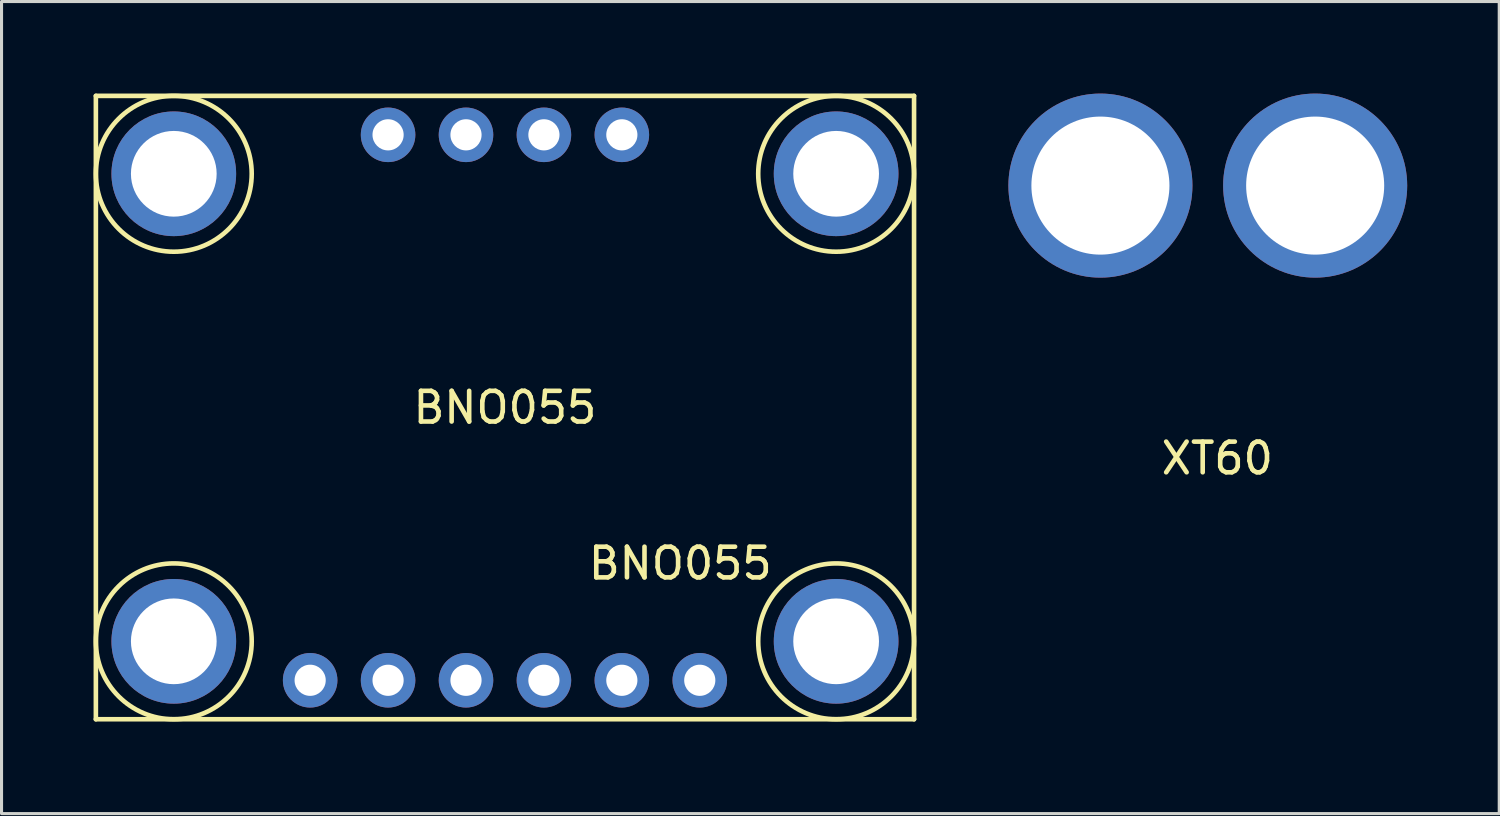
<source format=kicad_pcb>
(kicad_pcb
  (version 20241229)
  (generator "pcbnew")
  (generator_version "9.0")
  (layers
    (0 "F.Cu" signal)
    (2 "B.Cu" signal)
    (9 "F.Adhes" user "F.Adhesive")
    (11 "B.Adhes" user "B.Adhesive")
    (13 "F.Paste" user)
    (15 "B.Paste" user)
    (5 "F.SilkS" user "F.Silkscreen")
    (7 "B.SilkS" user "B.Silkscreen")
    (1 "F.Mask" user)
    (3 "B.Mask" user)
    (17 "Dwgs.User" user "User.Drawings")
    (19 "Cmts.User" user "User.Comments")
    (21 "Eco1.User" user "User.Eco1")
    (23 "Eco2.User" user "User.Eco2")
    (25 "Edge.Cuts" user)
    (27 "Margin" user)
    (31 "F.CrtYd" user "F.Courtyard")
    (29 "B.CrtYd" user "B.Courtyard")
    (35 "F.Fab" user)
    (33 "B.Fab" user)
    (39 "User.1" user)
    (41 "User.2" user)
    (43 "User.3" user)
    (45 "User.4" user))
  (footprint "BNO055"
    (layer "F.Cu")
    (at 2.615 17.855)
    (property "Reference" "BNO055" (at 16.51 -2.54 0) (layer "F.SilkS") (effects (font (size 1 1) (thickness 0.15))))
    (attr through_hole)
    (fp_line (start -2.54 -17.78) (end -2.54 2.54) (stroke (width 0.15) (type solid)) (layer "F.SilkS"))
    (fp_line (start -2.54 2.54) (end 24.13 2.54) (stroke (width 0.15) (type solid)) (layer "F.SilkS"))
    (fp_line (start 24.13 -17.78) (end -2.54 -17.78) (stroke (width 0.15) (type solid)) (layer "F.SilkS"))
    (fp_line (start 24.13 2.54) (end 24.13 -17.78) (stroke (width 0.15) (type solid)) (layer "F.SilkS"))
    (fp_circle (center 0 -15.24) (end -2.54 -15.24) (stroke (width 0.15) (type solid)) (fill no) (layer "F.SilkS"))
    (fp_circle (center 0 0) (end -2.54 0) (stroke (width 0.15) (type solid)) (fill no) (layer "F.SilkS"))
    (fp_circle (center 21.59 -15.24) (end 24.13 -15.24) (stroke (width 0.15) (type solid)) (fill no) (layer "F.SilkS"))
    (fp_circle (center 21.59 0) (end 24.13 0) (stroke (width 0.15) (type solid)) (fill no) (layer "F.SilkS"))
    (fp_text user "BNO055" (at 10.795 -7.62 0) (layer "F.SilkS") (effects (font (size 1 1) (thickness 0.15))))
    (pad "" thru_hole circle (at 0 -15.24) (size 4.064 4.064) (drill 2.794) (layers "*.Cu" "*.Mask"))
    (pad "" thru_hole circle (at 0 0) (size 4.064 4.064) (drill 2.794) (layers "*.Cu" "*.Mask"))
    (pad "" thru_hole circle (at 21.59 -15.24) (size 4.064 4.064) (drill 2.794) (layers "*.Cu" "*.Mask"))
    (pad "" thru_hole circle (at 21.59 0) (size 4.064 4.064) (drill 2.794) (layers "*.Cu" "*.Mask"))
    (pad "1" thru_hole circle (at 4.445 1.27) (size 1.778 1.778) (drill 1.016) (layers "*.Cu" "*.Mask"))
    (pad "2" thru_hole circle (at 6.985 1.27) (size 1.778 1.778) (drill 1.016) (layers "*.Cu" "*.Mask"))
    (pad "3" thru_hole circle (at 9.525 1.27) (size 1.778 1.778) (drill 1.016) (layers "*.Cu" "*.Mask"))
    (pad "4" thru_hole circle (at 12.065 1.27) (size 1.778 1.778) (drill 1.016) (layers "*.Cu" "*.Mask"))
    (pad "5" thru_hole circle (at 14.605 1.27) (size 1.778 1.778) (drill 1.016) (layers "*.Cu" "*.Mask"))
    (pad "6" thru_hole circle (at 17.145 1.27) (size 1.778 1.778) (drill 1.016) (layers "*.Cu" "*.Mask"))
    (pad "7" thru_hole circle (at 6.985 -16.51) (size 1.778 1.778) (drill 1.016) (layers "*.Cu" "*.Mask"))
    (pad "8" thru_hole circle (at 9.525 -16.51) (size 1.778 1.778) (drill 1.016) (layers "*.Cu" "*.Mask"))
    (pad "9" thru_hole circle (at 12.065 -16.51) (size 1.778 1.778) (drill 1.016) (layers "*.Cu" "*.Mask"))
    (pad "10" thru_hole circle (at 14.605 -16.51) (size 1.778 1.778) (drill 1.016) (layers "*.Cu" "*.Mask")))
  (footprint "XT60"
    (layer "F.Cu")
    (at 32.82 3)
    (property "Reference" "XT60" (at 3.81 8.89 0) (layer "F.SilkS") (effects (font (size 1 1) (thickness 0.15))))
    (attr through_hole)
    (pad "1" thru_hole circle (at 0 0) (size 6 6) (drill 4.5) (layers "*.Cu" "*.Mask"))
    (pad "2" thru_hole circle (at 7 0) (size 6 6) (drill 4.5) (layers "*.Cu" "*.Mask")))
  (gr_rect
    (start -3 -3)
    (end 45.82 23.47)
    (stroke (width 0.1) (type default))
    (fill no)
    (layer "Edge.Cuts")))
</source>
